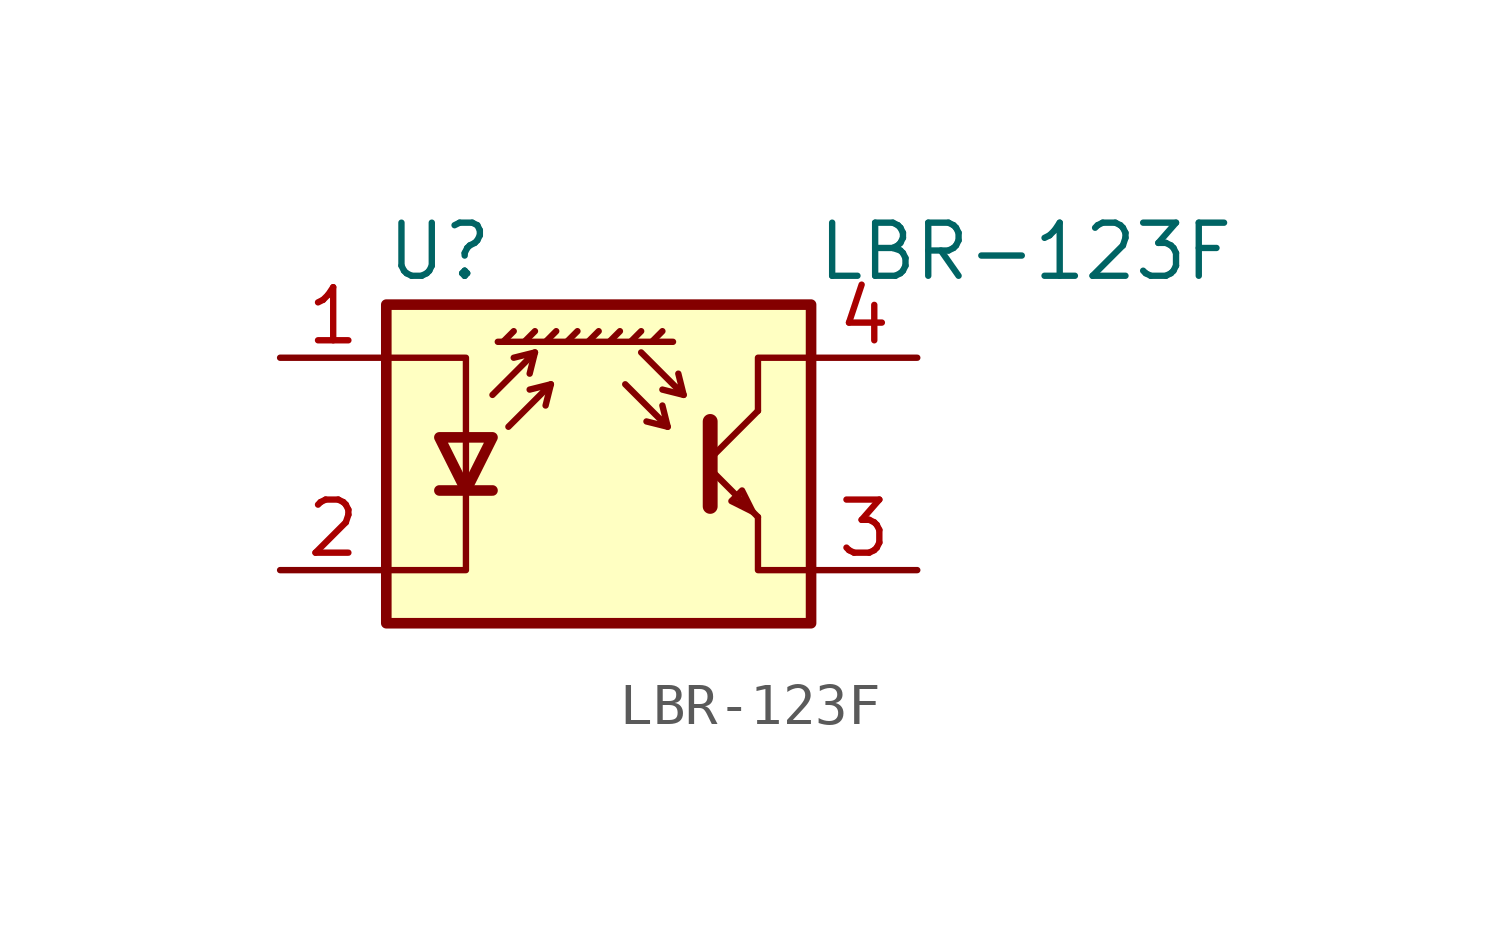
<source format=kicad_sym>
(kicad_symbol_lib
  (version 20220914)
  (generator kicad_symbol_editor)
  (symbol "LBR-123F"
    (pin_names
      (offset 0.025) hide)
    (property "Reference" "U"
      (at -3.81 5.08 0)
      (effects (font (size 1.27 1.27))))
    (property "Value" "LBR-123F"
      (at 15.24 5.08 0)
      (effects (font (size 1.27 1.27)) (justify right)))
    (symbol "LBR-123F_0_1"
      (polyline (pts (xy -3.81 -0.635) (xy -2.54 -0.635)) (stroke (width 0.254) (type default)) (fill (type none)))
      (polyline (pts (xy -2.286 2.921) (xy -2.032 3.175)) (stroke (width 0) (type default)) (fill (type none)))
      (polyline (pts (xy -1.778 2.921) (xy -1.524 3.175)) (stroke (width 0) (type default)) (fill (type none)))
      (polyline (pts (xy -1.524 2.667) (xy -1.651 2.159)) (stroke (width 0) (type default)) (fill (type none)))
      (polyline (pts (xy -1.27 2.921) (xy -1.016 3.175)) (stroke (width 0) (type default)) (fill (type none)))
      (polyline (pts (xy -1.143 1.905) (xy -1.27 1.397)) (stroke (width 0) (type default)) (fill (type none)))
      (polyline (pts (xy -0.762 2.921) (xy -0.508 3.175)) (stroke (width 0) (type default)) (fill (type none)))
      (polyline (pts (xy -0.254 2.921) (xy 0 3.175)) (stroke (width 0) (type default)) (fill (type none)))
      (polyline (pts (xy 0.254 2.921) (xy 0.508 3.175)) (stroke (width 0) (type default)) (fill (type none)))
      (polyline (pts (xy 0.762 2.921) (xy 1.016 3.175)) (stroke (width 0) (type default)) (fill (type none)))
      (polyline (pts (xy 1.27 2.921) (xy 1.524 3.175)) (stroke (width 0) (type default)) (fill (type none)))
      (polyline (pts (xy 1.651 0.889) (xy 1.143 1.016)) (stroke (width 0) (type default)) (fill (type none)))
      (polyline (pts (xy 1.778 2.921) (xy -2.413 2.921)) (stroke (width 0) (type default)) (fill (type none)))
      (polyline (pts (xy 2.032 1.651) (xy 1.524 1.778)) (stroke (width 0) (type default)) (fill (type none)))
      (polyline (pts (xy 2.667 -0.127) (xy 3.81 -1.27)) (stroke (width 0) (type default)) (fill (type none)))
      (polyline (pts (xy 2.667 0.127) (xy 3.81 1.27)) (stroke (width 0) (type default)) (fill (type none)))
      (polyline (pts (xy -2.54 1.651) (xy -1.524 2.667) (xy -2.032 2.54)) (stroke (width 0) (type default)) (fill (type none)))
      (polyline (pts (xy -2.159 0.889) (xy -1.143 1.905) (xy -1.651 1.778)) (stroke (width 0) (type default)) (fill (type none)))
      (polyline (pts (xy 0.635 1.905) (xy 1.651 0.889) (xy 1.524 1.397)) (stroke (width 0) (type default)) (fill (type none)))
      (polyline (pts (xy 1.016 2.667) (xy 2.032 1.651) (xy 1.905 2.159)) (stroke (width 0) (type default)) (fill (type none)))
      (polyline (pts (xy 2.667 1.016) (xy 2.667 -1.016) (xy 2.667 -1.016)) (stroke (width 0.356) (type default)) (fill (type none)))
      (polyline (pts (xy 3.81 -1.27) (xy 3.81 -2.54) (xy 5.08 -2.54)) (stroke (width 0) (type default)) (fill (type none)))
      (polyline (pts (xy 3.81 1.27) (xy 3.81 2.54) (xy 5.08 2.54)) (stroke (width 0) (type default)) (fill (type none)))
      (polyline (pts (xy -5.08 -2.54) (xy -3.175 -2.54) (xy -3.175 2.54) (xy -5.08 2.54)) (stroke (width 0) (type default)) (fill (type none)))
      (polyline (pts (xy -3.175 -0.635) (xy -3.81 0.635) (xy -2.54 0.635) (xy -3.175 -0.635)) (stroke (width 0.254) (type default)) (fill (type none)))
      (polyline (pts (xy 3.683 -1.143) (xy 3.429 -0.635) (xy 3.175 -0.889) (xy 3.683 -1.143)) (stroke (width 0) (type default)) (fill (type none)))
      (polyline (pts (xy -5.08 -3.81) (xy 5.08 -3.81) (xy 5.08 3.81) (xy -5.08 3.81) (xy -5.08 -3.81)) (stroke (width 0.254) (type default)) (fill (type background))))
    (symbol "LBR-123F_1_1"
      (pin passive line (at -7.62 2.54 0) (length 2.54) (name "A" (effects (font (size 1.27 1.27)))) (number "1" (effects (font (size 1.27 1.27)))))
      (pin passive line (at -7.62 -2.54 0) (length 2.54) (name "K" (effects (font (size 1.27 1.27)))) (number "2" (effects (font (size 1.27 1.27)))))
      (pin open_emitter line (at 7.62 -2.54 180) (length 2.54) (name "~" (effects (font (size 1.27 1.27)))) (number "3" (effects (font (size 1.27 1.27)))))
      (pin open_collector line (at 7.62 2.54 180) (length 2.54) (name "~" (effects (font (size 1.27 1.27)))) (number "4" (effects (font (size 1.27 1.27))))))))
</source>
